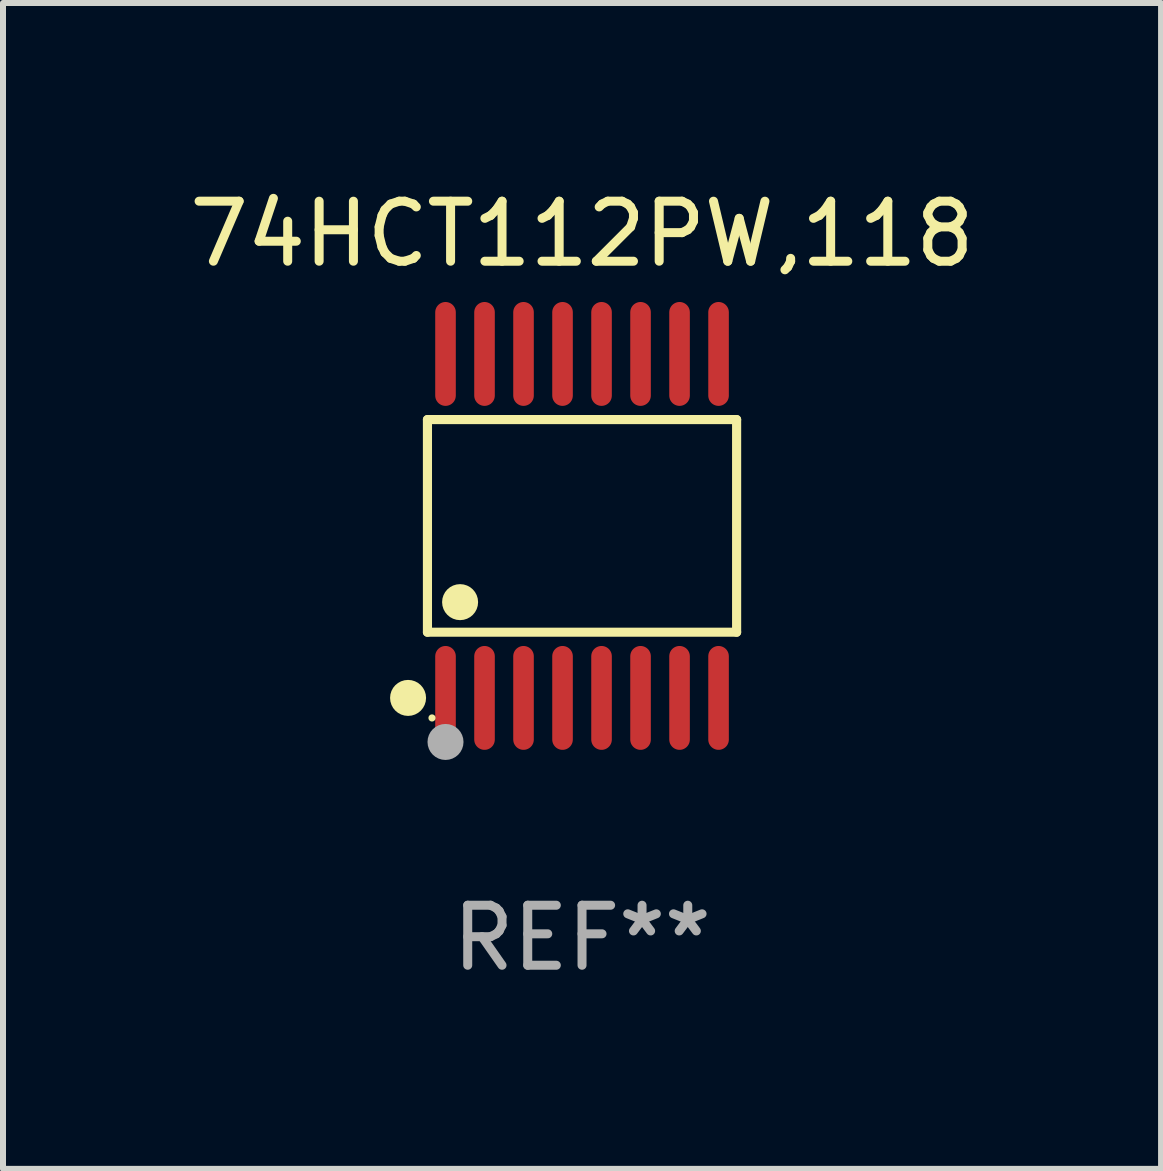
<source format=kicad_pcb>
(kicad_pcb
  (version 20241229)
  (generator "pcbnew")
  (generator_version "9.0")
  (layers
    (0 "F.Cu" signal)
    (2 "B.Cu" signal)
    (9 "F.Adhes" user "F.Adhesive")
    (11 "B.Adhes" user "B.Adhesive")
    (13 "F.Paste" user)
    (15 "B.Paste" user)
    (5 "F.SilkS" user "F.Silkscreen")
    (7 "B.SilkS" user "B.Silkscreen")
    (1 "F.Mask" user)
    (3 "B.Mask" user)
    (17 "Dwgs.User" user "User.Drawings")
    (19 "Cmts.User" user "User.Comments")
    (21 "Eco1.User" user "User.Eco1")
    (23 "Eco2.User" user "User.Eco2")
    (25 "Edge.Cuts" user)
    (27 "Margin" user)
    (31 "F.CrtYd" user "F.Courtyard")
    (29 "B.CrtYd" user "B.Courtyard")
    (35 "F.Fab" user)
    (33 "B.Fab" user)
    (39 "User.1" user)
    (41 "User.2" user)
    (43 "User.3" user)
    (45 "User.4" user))
  (footprint "74HCT112PW,118"
    (layer "F.Cu")
    (at 6.649 5.714)
    (property "Reference" "74HCT112PW,118" (at 0 -4.866 0) (layer "F.SilkS") (effects (font (size 1 1) (thickness 0.15))))
    (attr through_hole)
    (fp_line (start -2.576 -1.772) (end 2.576 -1.772) (stroke (width 0.152) (type solid)) (layer "F.SilkS"))
    (fp_line (start -2.576 1.771) (end -2.576 -1.772) (stroke (width 0.152) (type solid)) (layer "F.SilkS"))
    (fp_line (start 2.576 -1.772) (end 2.576 1.771) (stroke (width 0.152) (type solid)) (layer "F.SilkS"))
    (fp_line (start 2.576 1.771) (end -2.576 1.771) (stroke (width 0.152) (type solid)) (layer "F.SilkS"))
    (fp_circle (center -2.899 2.866) (end -2.749 2.866) (stroke (width 0.3) (type solid)) (fill no) (layer "F.SilkS"))
    (fp_circle (center -2.5 3.2) (end -2.47 3.2) (stroke (width 0.06) (type solid)) (fill no) (layer "F.SilkS"))
    (fp_circle (center -2.032 1.27) (end -1.882 1.27) (stroke (width 0.3) (type solid)) (fill no) (layer "F.SilkS"))
    (fp_circle (center -2.275 3.6) (end -2.125 3.6) (stroke (width 0.3) (type solid)) (fill no) (layer "F.Fab"))
    (fp_text user "REF**" (at 0 6.866 0) (layer "F.Fab") (effects (font (size 1 1) (thickness 0.15))))
    (pad "1" smd oval (at -2.275 2.866) (size 0.343 1.731) (layers "F.Cu" "F.Mask" "F.Paste"))
    (pad "2" smd oval (at -1.625 2.866) (size 0.343 1.731) (layers "F.Cu" "F.Mask" "F.Paste"))
    (pad "3" smd oval (at -0.975 2.866) (size 0.343 1.731) (layers "F.Cu" "F.Mask" "F.Paste"))
    (pad "4" smd oval (at -0.325 2.866) (size 0.343 1.731) (layers "F.Cu" "F.Mask" "F.Paste"))
    (pad "5" smd oval (at 0.325 2.866) (size 0.343 1.731) (layers "F.Cu" "F.Mask" "F.Paste"))
    (pad "6" smd oval (at 0.975 2.866) (size 0.343 1.731) (layers "F.Cu" "F.Mask" "F.Paste"))
    (pad "7" smd oval (at 1.625 2.866) (size 0.343 1.731) (layers "F.Cu" "F.Mask" "F.Paste"))
    (pad "8" smd oval (at 2.275 2.866) (size 0.343 1.731) (layers "F.Cu" "F.Mask" "F.Paste"))
    (pad "9" smd oval (at 2.275 -2.866) (size 0.343 1.731) (layers "F.Cu" "F.Mask" "F.Paste"))
    (pad "10" smd oval (at 1.625 -2.866) (size 0.343 1.731) (layers "F.Cu" "F.Mask" "F.Paste"))
    (pad "11" smd oval (at 0.975 -2.866) (size 0.343 1.731) (layers "F.Cu" "F.Mask" "F.Paste"))
    (pad "12" smd oval (at 0.325 -2.866) (size 0.343 1.731) (layers "F.Cu" "F.Mask" "F.Paste"))
    (pad "13" smd oval (at -0.325 -2.866) (size 0.343 1.731) (layers "F.Cu" "F.Mask" "F.Paste"))
    (pad "14" smd oval (at -0.975 -2.866) (size 0.343 1.731) (layers "F.Cu" "F.Mask" "F.Paste"))
    (pad "15" smd oval (at -1.625 -2.866) (size 0.343 1.731) (layers "F.Cu" "F.Mask" "F.Paste"))
    (pad "16" smd oval (at -2.275 -2.866) (size 0.343 1.731) (layers "F.Cu" "F.Mask" "F.Paste")))
  (gr_rect
    (start -3 -3)
    (end 16.298 16.428)
    (stroke (width 0.1) (type default))
    (fill no)
    (layer "Edge.Cuts")))
</source>
